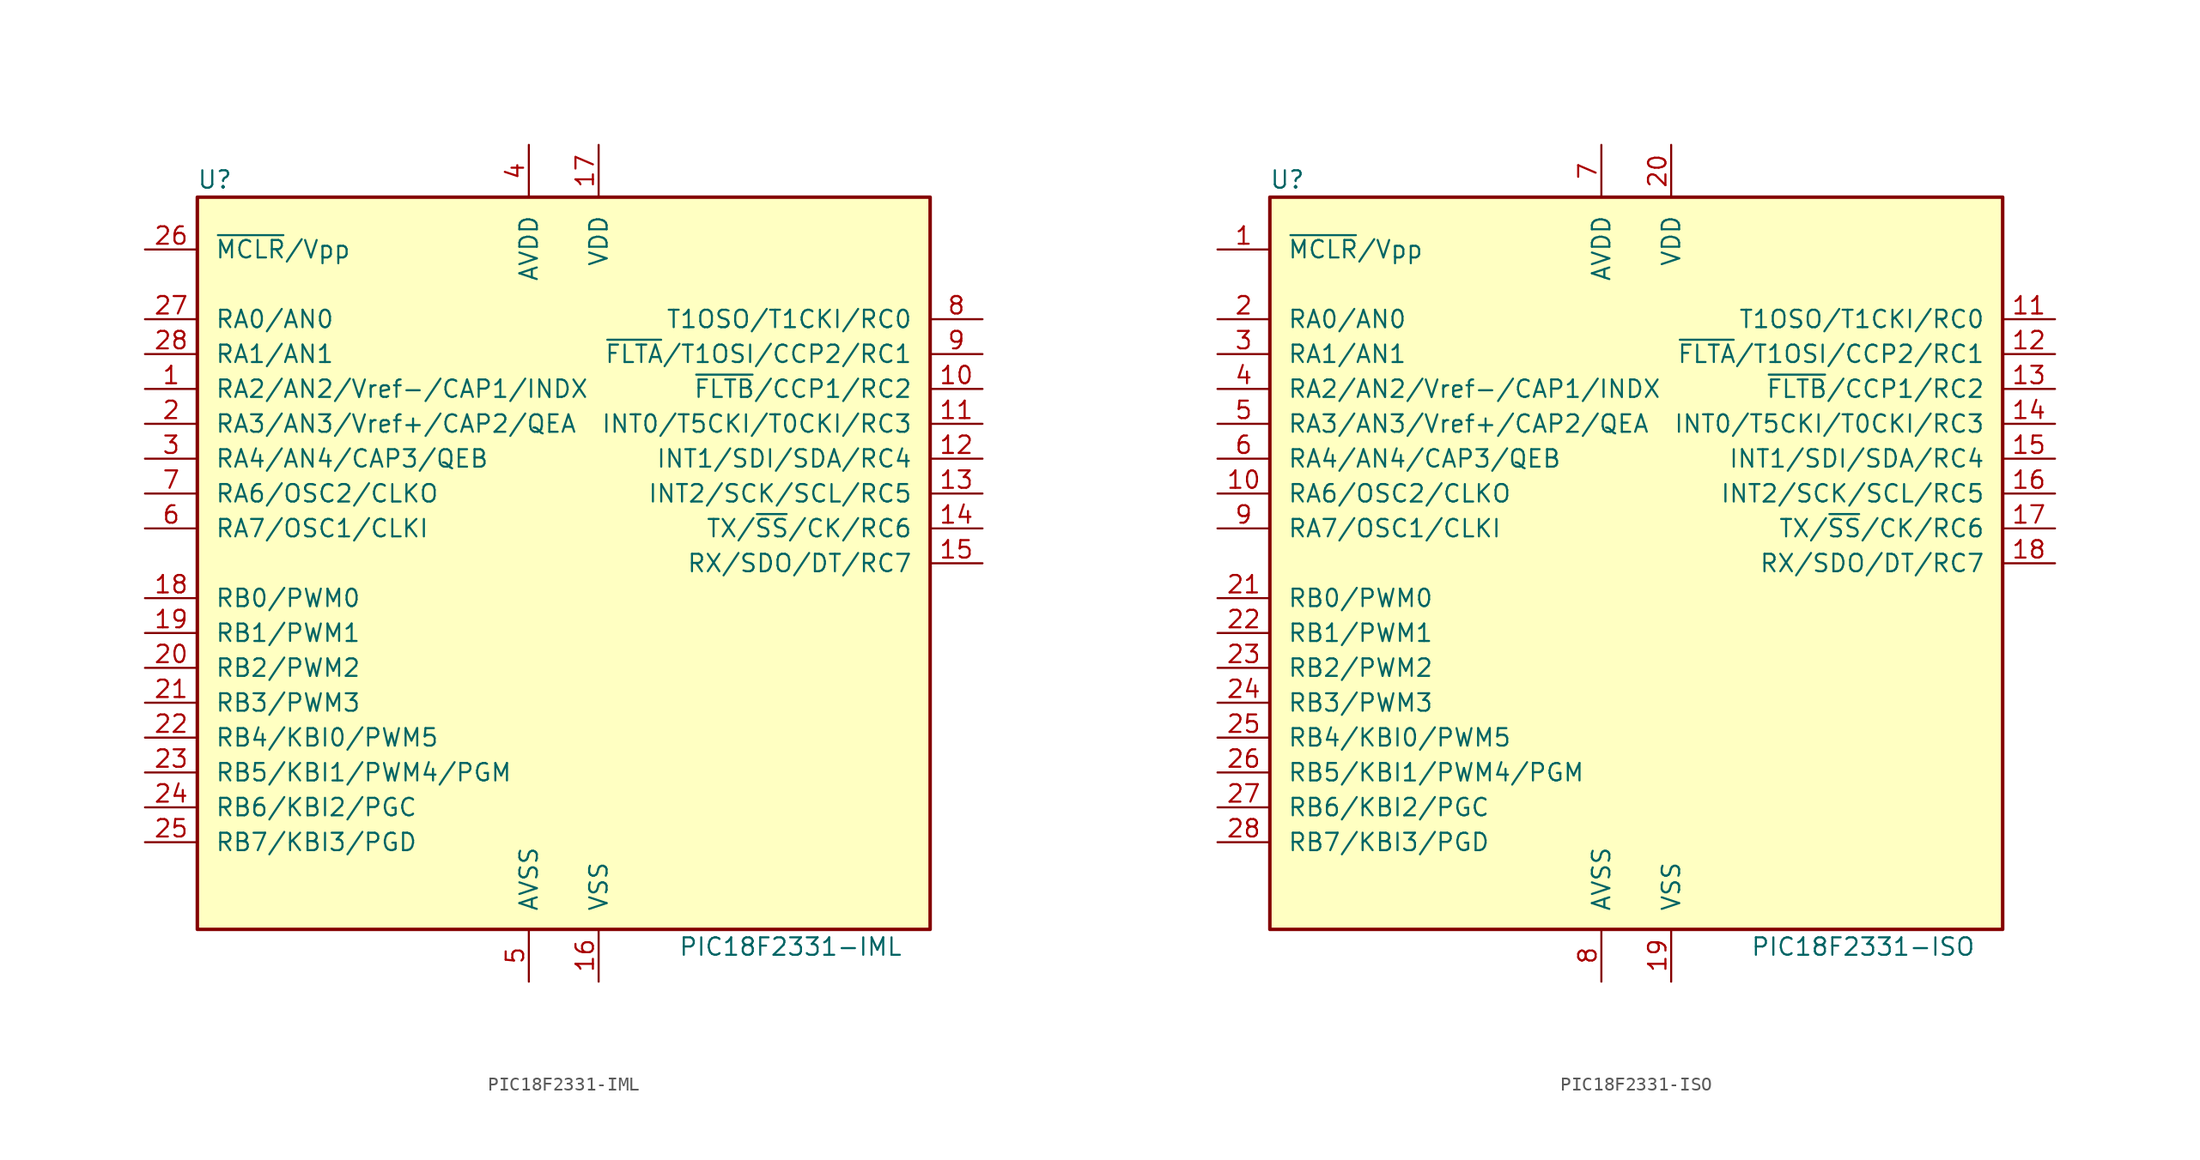
<source format=kicad_sym>
(kicad_symbol_lib
  (version 20201005)
  (generator kicad_symbol_editor)
  (symbol "MCU_Microchip_PIC18:PIC18F2331-IML"
    (pin_names
      (offset 1.27))
    (property "Reference" "U"
      (at -25.4 27.94 0)
      (effects (font (size 1.27 1.27))))
    (property "Value" "PIC18F2331-IML"
      (at 16.51 -27.94 0)
      (effects (font (size 1.27 1.27))))
    (symbol "PIC18F2331-IML_0_1"
      (rectangle (start -26.67 26.67) (end 26.67 -26.67) (stroke (width 0.254)) (fill (type background))))
    (symbol "PIC18F2331-IML_1_1"
      (pin bidirectional line (at -30.48 12.7 0) (length 3.81) (name "RA2/AN2/Vref-/CAP1/INDX" (effects (font (size 1.27 1.27)))) (number "1" (effects (font (size 1.27 1.27)))))
      (pin bidirectional line (at 30.48 12.7 180) (length 3.81) (name "~FLTB~/CCP1/RC2" (effects (font (size 1.27 1.27)))) (number "10" (effects (font (size 1.27 1.27)))))
      (pin bidirectional line (at 30.48 10.16 180) (length 3.81) (name "INT0/T5CKI/T0CKI/RC3" (effects (font (size 1.27 1.27)))) (number "11" (effects (font (size 1.27 1.27)))))
      (pin bidirectional line (at 30.48 7.62 180) (length 3.81) (name "INT1/SDI/SDA/RC4" (effects (font (size 1.27 1.27)))) (number "12" (effects (font (size 1.27 1.27)))))
      (pin bidirectional line (at 30.48 5.08 180) (length 3.81) (name "INT2/SCK/SCL/RC5" (effects (font (size 1.27 1.27)))) (number "13" (effects (font (size 1.27 1.27)))))
      (pin bidirectional line (at 30.48 2.54 180) (length 3.81) (name "TX/~SS~/CK/RC6" (effects (font (size 1.27 1.27)))) (number "14" (effects (font (size 1.27 1.27)))))
      (pin bidirectional line (at 30.48 0 180) (length 3.81) (name "RX/SDO/DT/RC7" (effects (font (size 1.27 1.27)))) (number "15" (effects (font (size 1.27 1.27)))))
      (pin power_in line (at 2.54 -30.48 90) (length 3.81) (name "VSS" (effects (font (size 1.27 1.27)))) (number "16" (effects (font (size 1.27 1.27)))))
      (pin power_in line (at 2.54 30.48 270) (length 3.81) (name "VDD" (effects (font (size 1.27 1.27)))) (number "17" (effects (font (size 1.27 1.27)))))
      (pin bidirectional line (at -30.48 -2.54 0) (length 3.81) (name "RB0/PWM0" (effects (font (size 1.27 1.27)))) (number "18" (effects (font (size 1.27 1.27)))))
      (pin bidirectional line (at -30.48 -5.08 0) (length 3.81) (name "RB1/PWM1" (effects (font (size 1.27 1.27)))) (number "19" (effects (font (size 1.27 1.27)))))
      (pin bidirectional line (at -30.48 10.16 0) (length 3.81) (name "RA3/AN3/Vref+/CAP2/QEA" (effects (font (size 1.27 1.27)))) (number "2" (effects (font (size 1.27 1.27)))))
      (pin bidirectional line (at -30.48 -7.62 0) (length 3.81) (name "RB2/PWM2" (effects (font (size 1.27 1.27)))) (number "20" (effects (font (size 1.27 1.27)))))
      (pin bidirectional line (at -30.48 -10.16 0) (length 3.81) (name "RB3/PWM3" (effects (font (size 1.27 1.27)))) (number "21" (effects (font (size 1.27 1.27)))))
      (pin bidirectional line (at -30.48 -12.7 0) (length 3.81) (name "RB4/KBI0/PWM5" (effects (font (size 1.27 1.27)))) (number "22" (effects (font (size 1.27 1.27)))))
      (pin bidirectional line (at -30.48 -15.24 0) (length 3.81) (name "RB5/KBI1/PWM4/PGM" (effects (font (size 1.27 1.27)))) (number "23" (effects (font (size 1.27 1.27)))))
      (pin bidirectional line (at -30.48 -17.78 0) (length 3.81) (name "RB6/KBI2/PGC" (effects (font (size 1.27 1.27)))) (number "24" (effects (font (size 1.27 1.27)))))
      (pin bidirectional line (at -30.48 -20.32 0) (length 3.81) (name "RB7/KBI3/PGD" (effects (font (size 1.27 1.27)))) (number "25" (effects (font (size 1.27 1.27)))))
      (pin input line (at -30.48 22.86 0) (length 3.81) (name "~MCLR~/Vpp" (effects (font (size 1.27 1.27)))) (number "26" (effects (font (size 1.27 1.27)))))
      (pin bidirectional line (at -30.48 17.78 0) (length 3.81) (name "RA0/AN0" (effects (font (size 1.27 1.27)))) (number "27" (effects (font (size 1.27 1.27)))))
      (pin bidirectional line (at -30.48 15.24 0) (length 3.81) (name "RA1/AN1" (effects (font (size 1.27 1.27)))) (number "28" (effects (font (size 1.27 1.27)))))
      (pin bidirectional line (at -30.48 7.62 0) (length 3.81) (name "RA4/AN4/CAP3/QEB" (effects (font (size 1.27 1.27)))) (number "3" (effects (font (size 1.27 1.27)))))
      (pin power_in line (at -2.54 30.48 270) (length 3.81) (name "AVDD" (effects (font (size 1.27 1.27)))) (number "4" (effects (font (size 1.27 1.27)))))
      (pin power_in line (at -2.54 -30.48 90) (length 3.81) (name "AVSS" (effects (font (size 1.27 1.27)))) (number "5" (effects (font (size 1.27 1.27)))))
      (pin bidirectional line (at -30.48 2.54 0) (length 3.81) (name "RA7/OSC1/CLKI" (effects (font (size 1.27 1.27)))) (number "6" (effects (font (size 1.27 1.27)))))
      (pin bidirectional line (at -30.48 5.08 0) (length 3.81) (name "RA6/OSC2/CLKO" (effects (font (size 1.27 1.27)))) (number "7" (effects (font (size 1.27 1.27)))))
      (pin bidirectional line (at 30.48 17.78 180) (length 3.81) (name "T1OSO/T1CKI/RC0" (effects (font (size 1.27 1.27)))) (number "8" (effects (font (size 1.27 1.27)))))
      (pin bidirectional line (at 30.48 15.24 180) (length 3.81) (name "~FLTA~/T1OSI/CCP2/RC1" (effects (font (size 1.27 1.27)))) (number "9" (effects (font (size 1.27 1.27)))))))
  (symbol "MCU_Microchip_PIC18:PIC18F2331-ISO"
    (pin_names
      (offset 1.27))
    (property "Reference" "U"
      (at -25.4 27.94 0)
      (effects (font (size 1.27 1.27))))
    (property "Value" "PIC18F2331-ISO"
      (at 16.51 -27.94 0)
      (effects (font (size 1.27 1.27))))
    (symbol "PIC18F2331-ISO_0_1"
      (rectangle (start -26.67 26.67) (end 26.67 -26.67) (stroke (width 0.254)) (fill (type background))))
    (symbol "PIC18F2331-ISO_1_1"
      (pin input line (at -30.48 22.86 0) (length 3.81) (name "~MCLR~/Vpp" (effects (font (size 1.27 1.27)))) (number "1" (effects (font (size 1.27 1.27)))))
      (pin bidirectional line (at -30.48 5.08 0) (length 3.81) (name "RA6/OSC2/CLKO" (effects (font (size 1.27 1.27)))) (number "10" (effects (font (size 1.27 1.27)))))
      (pin bidirectional line (at 30.48 17.78 180) (length 3.81) (name "T1OSO/T1CKI/RC0" (effects (font (size 1.27 1.27)))) (number "11" (effects (font (size 1.27 1.27)))))
      (pin bidirectional line (at 30.48 15.24 180) (length 3.81) (name "~FLTA~/T1OSI/CCP2/RC1" (effects (font (size 1.27 1.27)))) (number "12" (effects (font (size 1.27 1.27)))))
      (pin bidirectional line (at 30.48 12.7 180) (length 3.81) (name "~FLTB~/CCP1/RC2" (effects (font (size 1.27 1.27)))) (number "13" (effects (font (size 1.27 1.27)))))
      (pin bidirectional line (at 30.48 10.16 180) (length 3.81) (name "INT0/T5CKI/T0CKI/RC3" (effects (font (size 1.27 1.27)))) (number "14" (effects (font (size 1.27 1.27)))))
      (pin bidirectional line (at 30.48 7.62 180) (length 3.81) (name "INT1/SDI/SDA/RC4" (effects (font (size 1.27 1.27)))) (number "15" (effects (font (size 1.27 1.27)))))
      (pin bidirectional line (at 30.48 5.08 180) (length 3.81) (name "INT2/SCK/SCL/RC5" (effects (font (size 1.27 1.27)))) (number "16" (effects (font (size 1.27 1.27)))))
      (pin bidirectional line (at 30.48 2.54 180) (length 3.81) (name "TX/~SS~/CK/RC6" (effects (font (size 1.27 1.27)))) (number "17" (effects (font (size 1.27 1.27)))))
      (pin bidirectional line (at 30.48 0 180) (length 3.81) (name "RX/SDO/DT/RC7" (effects (font (size 1.27 1.27)))) (number "18" (effects (font (size 1.27 1.27)))))
      (pin power_in line (at 2.54 -30.48 90) (length 3.81) (name "VSS" (effects (font (size 1.27 1.27)))) (number "19" (effects (font (size 1.27 1.27)))))
      (pin bidirectional line (at -30.48 17.78 0) (length 3.81) (name "RA0/AN0" (effects (font (size 1.27 1.27)))) (number "2" (effects (font (size 1.27 1.27)))))
      (pin power_in line (at 2.54 30.48 270) (length 3.81) (name "VDD" (effects (font (size 1.27 1.27)))) (number "20" (effects (font (size 1.27 1.27)))))
      (pin bidirectional line (at -30.48 -2.54 0) (length 3.81) (name "RB0/PWM0" (effects (font (size 1.27 1.27)))) (number "21" (effects (font (size 1.27 1.27)))))
      (pin bidirectional line (at -30.48 -5.08 0) (length 3.81) (name "RB1/PWM1" (effects (font (size 1.27 1.27)))) (number "22" (effects (font (size 1.27 1.27)))))
      (pin bidirectional line (at -30.48 -7.62 0) (length 3.81) (name "RB2/PWM2" (effects (font (size 1.27 1.27)))) (number "23" (effects (font (size 1.27 1.27)))))
      (pin bidirectional line (at -30.48 -10.16 0) (length 3.81) (name "RB3/PWM3" (effects (font (size 1.27 1.27)))) (number "24" (effects (font (size 1.27 1.27)))))
      (pin bidirectional line (at -30.48 -12.7 0) (length 3.81) (name "RB4/KBI0/PWM5" (effects (font (size 1.27 1.27)))) (number "25" (effects (font (size 1.27 1.27)))))
      (pin bidirectional line (at -30.48 -15.24 0) (length 3.81) (name "RB5/KBI1/PWM4/PGM" (effects (font (size 1.27 1.27)))) (number "26" (effects (font (size 1.27 1.27)))))
      (pin bidirectional line (at -30.48 -17.78 0) (length 3.81) (name "RB6/KBI2/PGC" (effects (font (size 1.27 1.27)))) (number "27" (effects (font (size 1.27 1.27)))))
      (pin bidirectional line (at -30.48 -20.32 0) (length 3.81) (name "RB7/KBI3/PGD" (effects (font (size 1.27 1.27)))) (number "28" (effects (font (size 1.27 1.27)))))
      (pin bidirectional line (at -30.48 15.24 0) (length 3.81) (name "RA1/AN1" (effects (font (size 1.27 1.27)))) (number "3" (effects (font (size 1.27 1.27)))))
      (pin bidirectional line (at -30.48 12.7 0) (length 3.81) (name "RA2/AN2/Vref-/CAP1/INDX" (effects (font (size 1.27 1.27)))) (number "4" (effects (font (size 1.27 1.27)))))
      (pin bidirectional line (at -30.48 10.16 0) (length 3.81) (name "RA3/AN3/Vref+/CAP2/QEA" (effects (font (size 1.27 1.27)))) (number "5" (effects (font (size 1.27 1.27)))))
      (pin bidirectional line (at -30.48 7.62 0) (length 3.81) (name "RA4/AN4/CAP3/QEB" (effects (font (size 1.27 1.27)))) (number "6" (effects (font (size 1.27 1.27)))))
      (pin power_in line (at -2.54 30.48 270) (length 3.81) (name "AVDD" (effects (font (size 1.27 1.27)))) (number "7" (effects (font (size 1.27 1.27)))))
      (pin power_in line (at -2.54 -30.48 90) (length 3.81) (name "AVSS" (effects (font (size 1.27 1.27)))) (number "8" (effects (font (size 1.27 1.27)))))
      (pin bidirectional line (at -30.48 2.54 0) (length 3.81) (name "RA7/OSC1/CLKI" (effects (font (size 1.27 1.27)))) (number "9" (effects (font (size 1.27 1.27))))))))
</source>
